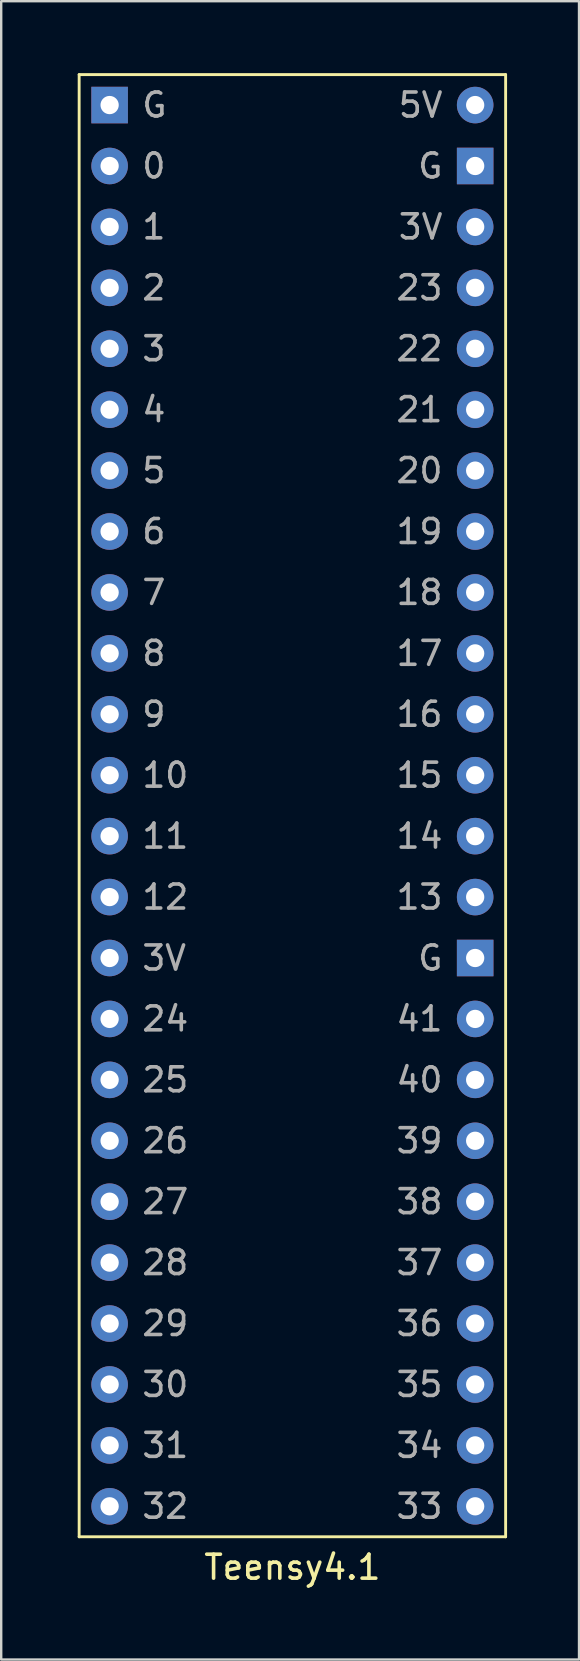
<source format=kicad_pcb>
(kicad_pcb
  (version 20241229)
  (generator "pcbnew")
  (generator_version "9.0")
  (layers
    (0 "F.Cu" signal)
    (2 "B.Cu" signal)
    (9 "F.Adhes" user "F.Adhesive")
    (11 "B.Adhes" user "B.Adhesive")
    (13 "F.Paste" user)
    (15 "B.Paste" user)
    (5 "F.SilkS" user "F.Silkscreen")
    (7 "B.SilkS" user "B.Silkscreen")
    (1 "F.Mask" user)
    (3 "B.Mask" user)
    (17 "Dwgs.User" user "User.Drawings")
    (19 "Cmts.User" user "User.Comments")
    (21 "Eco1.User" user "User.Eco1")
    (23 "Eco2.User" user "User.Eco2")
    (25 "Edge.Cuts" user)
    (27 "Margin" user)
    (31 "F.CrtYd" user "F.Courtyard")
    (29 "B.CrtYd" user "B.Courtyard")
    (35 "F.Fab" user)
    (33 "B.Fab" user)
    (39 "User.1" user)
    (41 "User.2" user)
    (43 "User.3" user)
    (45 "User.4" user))
  (footprint "Teensy4.1"
    (layer "F.Cu")
    (at 0.25 61.02)
    (property "Reference" "Teensy4.1" (at 8.89 1.27 0) (layer "F.SilkS") (effects (font (size 1 1) (thickness 0.15))))
    (attr through_hole)
    (fp_line (start 0 -60.96) (end 17.78 -60.96) (stroke (width 0.12) (type solid)) (layer "F.SilkS"))
    (fp_line (start 0 0) (end 0 -60.96) (stroke (width 0.12) (type solid)) (layer "F.SilkS"))
    (fp_line (start 17.78 -60.96) (end 17.78 0) (stroke (width 0.12) (type solid)) (layer "F.SilkS"))
    (fp_line (start 17.78 0) (end 0 0) (stroke (width 0.12) (type solid)) (layer "F.SilkS"))
    (fp_text user "20" (at 15.24 -44.45 0) (layer "F.Fab") (effects (font (size 1 1) (thickness 0.15)) (justify right)))
    (fp_text user "22" (at 15.24 -49.53 0) (layer "F.Fab") (effects (font (size 1 1) (thickness 0.15)) (justify right)))
    (fp_text user "10" (at 2.54 -31.75 0) (layer "F.Fab") (effects (font (size 1 1) (thickness 0.15)) (justify left)))
    (fp_text user "0" (at 2.54 -57.15 0) (layer "F.Fab") (effects (font (size 1 1) (thickness 0.15)) (justify left)))
    (fp_text user "3V" (at 2.54 -24.13 0) (layer "F.Fab") (effects (font (size 1 1) (thickness 0.15)) (justify left)))
    (fp_text user "16" (at 15.24 -34.29 0) (layer "F.Fab") (effects (font (size 1 1) (thickness 0.15)) (justify right)))
    (fp_text user "14" (at 15.24 -29.21 0) (layer "F.Fab") (effects (font (size 1 1) (thickness 0.15)) (justify right)))
    (fp_text user "40" (at 15.24 -19.05 0) (layer "F.Fab") (effects (font (size 1 1) (thickness 0.15)) (justify right)))
    (fp_text user "35" (at 15.24 -6.35 0) (layer "F.Fab") (effects (font (size 1 1) (thickness 0.15)) (justify right)))
    (fp_text user "15" (at 15.24 -31.75 0) (layer "F.Fab") (effects (font (size 1 1) (thickness 0.15)) (justify right)))
    (fp_text user "3" (at 2.54 -49.53 0) (layer "F.Fab") (effects (font (size 1 1) (thickness 0.15)) (justify left)))
    (fp_text user "11" (at 2.54 -29.21 0) (layer "F.Fab") (effects (font (size 1 1) (thickness 0.15)) (justify left)))
    (fp_text user "41" (at 15.24 -21.59 0) (layer "F.Fab") (effects (font (size 1 1) (thickness 0.15)) (justify right)))
    (fp_text user "2" (at 2.54 -52.07 0) (layer "F.Fab") (effects (font (size 1 1) (thickness 0.15)) (justify left)))
    (fp_text user "29" (at 2.54 -8.89 0) (layer "F.Fab") (effects (font (size 1 1) (thickness 0.15)) (justify left)))
    (fp_text user "G" (at 15.24 -57.15 0) (layer "F.Fab") (effects (font (size 1 1) (thickness 0.15)) (justify right)))
    (fp_text user "G" (at 15.24 -24.13 0) (layer "F.Fab") (effects (font (size 1 1) (thickness 0.15)) (justify right)))
    (fp_text user "23" (at 15.24 -52.07 0) (layer "F.Fab") (effects (font (size 1 1) (thickness 0.15)) (justify right)))
    (fp_text user "27" (at 2.54 -13.97 0) (layer "F.Fab") (effects (font (size 1 1) (thickness 0.15)) (justify left)))
    (fp_text user "5" (at 2.54 -44.45 0) (layer "F.Fab") (effects (font (size 1 1) (thickness 0.15)) (justify left)))
    (fp_text user "38" (at 15.24 -13.97 0) (layer "F.Fab") (effects (font (size 1 1) (thickness 0.15)) (justify right)))
    (fp_text user "8" (at 2.54 -36.83 0) (layer "F.Fab") (effects (font (size 1 1) (thickness 0.15)) (justify left)))
    (fp_text user "6" (at 2.54 -41.91 0) (layer "F.Fab") (effects (font (size 1 1) (thickness 0.15)) (justify left)))
    (fp_text user "7" (at 2.54 -39.37 0) (layer "F.Fab") (effects (font (size 1 1) (thickness 0.15)) (justify left)))
    (fp_text user "26" (at 2.54 -16.51 0) (layer "F.Fab") (effects (font (size 1 1) (thickness 0.15)) (justify left)))
    (fp_text user "13" (at 15.24 -26.67 0) (layer "F.Fab") (effects (font (size 1 1) (thickness 0.15)) (justify right)))
    (fp_text user "4" (at 2.54 -46.99 0) (layer "F.Fab") (effects (font (size 1 1) (thickness 0.15)) (justify left)))
    (fp_text user "33" (at 15.24 -1.27 0) (layer "F.Fab") (effects (font (size 1 1) (thickness 0.15)) (justify right)))
    (fp_text user "19" (at 15.24 -41.91 0) (layer "F.Fab") (effects (font (size 1 1) (thickness 0.15)) (justify right)))
    (fp_text user "5V" (at 15.24 -59.69 0) (layer "F.Fab") (effects (font (size 1 1) (thickness 0.15)) (justify right)))
    (fp_text user "18" (at 15.24 -39.37 0) (layer "F.Fab") (effects (font (size 1 1) (thickness 0.15)) (justify right)))
    (fp_text user "G" (at 2.54 -59.69 0) (layer "F.Fab") (effects (font (size 1 1) (thickness 0.15)) (justify left)))
    (fp_text user "34" (at 15.24 -3.81 0) (layer "F.Fab") (effects (font (size 1 1) (thickness 0.15)) (justify right)))
    (fp_text user "17" (at 15.24 -36.83 0) (layer "F.Fab") (effects (font (size 1 1) (thickness 0.15)) (justify right)))
    (fp_text user "30" (at 2.54 -6.35 0) (layer "F.Fab") (effects (font (size 1 1) (thickness 0.15)) (justify left)))
    (fp_text user "37" (at 15.24 -11.43 0) (layer "F.Fab") (effects (font (size 1 1) (thickness 0.15)) (justify right)))
    (fp_text user "36" (at 15.24 -8.89 0) (layer "F.Fab") (effects (font (size 1 1) (thickness 0.15)) (justify right)))
    (fp_text user "1" (at 2.54 -54.61 0) (layer "F.Fab") (effects (font (size 1 1) (thickness 0.15)) (justify left)))
    (fp_text user "21" (at 15.24 -46.99 0) (layer "F.Fab") (effects (font (size 1 1) (thickness 0.15)) (justify right)))
    (fp_text user "32" (at 2.54 -1.27 0) (layer "F.Fab") (effects (font (size 1 1) (thickness 0.15)) (justify left)))
    (fp_text user "9" (at 2.54 -34.29 0) (layer "F.Fab") (effects (font (size 1 1) (thickness 0.15)) (justify left)))
    (fp_text user "28" (at 2.54 -11.43 0) (layer "F.Fab") (effects (font (size 1 1) (thickness 0.15)) (justify left)))
    (fp_text user "3V" (at 15.24 -54.61 0) (layer "F.Fab") (effects (font (size 1 1) (thickness 0.15)) (justify right)))
    (fp_text user "24" (at 2.54 -21.59 0) (layer "F.Fab") (effects (font (size 1 1) (thickness 0.15)) (justify left)))
    (fp_text user "25" (at 2.54 -19.05 0) (layer "F.Fab") (effects (font (size 1 1) (thickness 0.15)) (justify left)))
    (fp_text user "39" (at 15.24 -16.51 0) (layer "F.Fab") (effects (font (size 1 1) (thickness 0.15)) (justify right)))
    (fp_text user "31" (at 2.54 -3.81 0) (layer "F.Fab") (effects (font (size 1 1) (thickness 0.15)) (justify left)))
    (fp_text user "12" (at 2.54 -26.67 0) (layer "F.Fab") (effects (font (size 1 1) (thickness 0.15)) (justify left)))
    (pad "1" thru_hole rect (at 1.27 -59.69) (size 1.524 1.524) (drill 0.762) (layers "*.Cu" "*.Mask"))
    (pad "2" thru_hole circle (at 1.27 -57.15) (size 1.524 1.524) (drill 0.762) (layers "*.Cu" "*.Mask"))
    (pad "3" thru_hole circle (at 1.27 -54.61) (size 1.524 1.524) (drill 0.762) (layers "*.Cu" "*.Mask"))
    (pad "4" thru_hole circle (at 1.27 -52.07) (size 1.524 1.524) (drill 0.762) (layers "*.Cu" "*.Mask"))
    (pad "5" thru_hole circle (at 1.27 -49.53) (size 1.524 1.524) (drill 0.762) (layers "*.Cu" "*.Mask"))
    (pad "6" thru_hole circle (at 1.27 -46.99) (size 1.524 1.524) (drill 0.762) (layers "*.Cu" "*.Mask"))
    (pad "7" thru_hole circle (at 1.27 -44.45) (size 1.524 1.524) (drill 0.762) (layers "*.Cu" "*.Mask"))
    (pad "8" thru_hole circle (at 1.27 -41.91) (size 1.524 1.524) (drill 0.762) (layers "*.Cu" "*.Mask"))
    (pad "9" thru_hole circle (at 1.27 -39.37) (size 1.524 1.524) (drill 0.762) (layers "*.Cu" "*.Mask"))
    (pad "10" thru_hole circle (at 1.27 -36.83) (size 1.524 1.524) (drill 0.762) (layers "*.Cu" "*.Mask"))
    (pad "11" thru_hole circle (at 1.27 -34.29) (size 1.524 1.524) (drill 0.762) (layers "*.Cu" "*.Mask"))
    (pad "12" thru_hole circle (at 1.27 -31.75) (size 1.524 1.524) (drill 0.762) (layers "*.Cu" "*.Mask"))
    (pad "13" thru_hole circle (at 1.27 -29.21) (size 1.524 1.524) (drill 0.762) (layers "*.Cu" "*.Mask"))
    (pad "14" thru_hole circle (at 1.27 -26.67) (size 1.524 1.524) (drill 0.762) (layers "*.Cu" "*.Mask"))
    (pad "15" thru_hole circle (at 1.27 -24.13) (size 1.524 1.524) (drill 0.762) (layers "*.Cu" "*.Mask"))
    (pad "16" thru_hole rect (at 16.51 -24.13) (size 1.524 1.524) (drill 0.762) (layers "*.Cu" "*.Mask"))
    (pad "17" thru_hole circle (at 16.51 -26.67) (size 1.524 1.524) (drill 0.762) (layers "*.Cu" "*.Mask"))
    (pad "18" thru_hole circle (at 16.51 -29.21) (size 1.524 1.524) (drill 0.762) (layers "*.Cu" "*.Mask"))
    (pad "19" thru_hole circle (at 16.51 -31.75) (size 1.524 1.524) (drill 0.762) (layers "*.Cu" "*.Mask"))
    (pad "20" thru_hole circle (at 16.51 -34.29) (size 1.524 1.524) (drill 0.762) (layers "*.Cu" "*.Mask"))
    (pad "21" thru_hole circle (at 16.51 -36.83) (size 1.524 1.524) (drill 0.762) (layers "*.Cu" "*.Mask"))
    (pad "22" thru_hole circle (at 16.51 -39.37) (size 1.524 1.524) (drill 0.762) (layers "*.Cu" "*.Mask"))
    (pad "23" thru_hole circle (at 16.51 -41.91) (size 1.524 1.524) (drill 0.762) (layers "*.Cu" "*.Mask"))
    (pad "24" thru_hole circle (at 16.51 -44.45) (size 1.524 1.524) (drill 0.762) (layers "*.Cu" "*.Mask"))
    (pad "25" thru_hole circle (at 16.51 -46.99) (size 1.524 1.524) (drill 0.762) (layers "*.Cu" "*.Mask"))
    (pad "26" thru_hole circle (at 16.51 -49.53) (size 1.524 1.524) (drill 0.762) (layers "*.Cu" "*.Mask"))
    (pad "27" thru_hole circle (at 16.51 -52.07) (size 1.524 1.524) (drill 0.762) (layers "*.Cu" "*.Mask"))
    (pad "28" thru_hole circle (at 16.51 -54.61) (size 1.524 1.524) (drill 0.762) (layers "*.Cu" "*.Mask"))
    (pad "29" thru_hole rect (at 16.51 -57.15) (size 1.524 1.524) (drill 0.762) (layers "*.Cu" "*.Mask"))
    (pad "30" thru_hole circle (at 16.51 -59.69) (size 1.524 1.524) (drill 0.762) (layers "*.Cu" "*.Mask"))
    (pad "31" thru_hole circle (at 1.27 -21.59) (size 1.524 1.524) (drill 0.762) (layers "*.Cu" "*.Mask"))
    (pad "32" thru_hole circle (at 1.27 -19.05) (size 1.524 1.524) (drill 0.762) (layers "*.Cu" "*.Mask"))
    (pad "33" thru_hole circle (at 1.27 -16.51) (size 1.524 1.524) (drill 0.762) (layers "*.Cu" "*.Mask"))
    (pad "34" thru_hole circle (at 1.27 -13.97) (size 1.524 1.524) (drill 0.762) (layers "*.Cu" "*.Mask"))
    (pad "35" thru_hole circle (at 1.27 -11.43) (size 1.524 1.524) (drill 0.762) (layers "*.Cu" "*.Mask"))
    (pad "36" thru_hole circle (at 1.27 -8.89) (size 1.524 1.524) (drill 0.762) (layers "*.Cu" "*.Mask"))
    (pad "37" thru_hole circle (at 1.27 -6.35) (size 1.524 1.524) (drill 0.762) (layers "*.Cu" "*.Mask"))
    (pad "38" thru_hole circle (at 1.27 -3.81) (size 1.524 1.524) (drill 0.762) (layers "*.Cu" "*.Mask"))
    (pad "39" thru_hole circle (at 1.27 -1.27) (size 1.524 1.524) (drill 0.762) (layers "*.Cu" "*.Mask"))
    (pad "40" thru_hole circle (at 16.51 -1.27) (size 1.524 1.524) (drill 0.762) (layers "*.Cu" "*.Mask"))
    (pad "41" thru_hole circle (at 16.51 -3.81) (size 1.524 1.524) (drill 0.762) (layers "*.Cu" "*.Mask"))
    (pad "42" thru_hole circle (at 16.51 -6.35) (size 1.524 1.524) (drill 0.762) (layers "*.Cu" "*.Mask"))
    (pad "43" thru_hole circle (at 16.51 -8.89) (size 1.524 1.524) (drill 0.762) (layers "*.Cu" "*.Mask"))
    (pad "44" thru_hole circle (at 16.51 -11.43) (size 1.524 1.524) (drill 0.762) (layers "*.Cu" "*.Mask"))
    (pad "45" thru_hole circle (at 16.51 -13.97) (size 1.524 1.524) (drill 0.762) (layers "*.Cu" "*.Mask"))
    (pad "46" thru_hole circle (at 16.51 -16.51) (size 1.524 1.524) (drill 0.762) (layers "*.Cu" "*.Mask"))
    (pad "47" thru_hole circle (at 16.51 -19.05) (size 1.524 1.524) (drill 0.762) (layers "*.Cu" "*.Mask"))
    (pad "48" thru_hole circle (at 16.51 -21.59) (size 1.524 1.524) (drill 0.762) (layers "*.Cu" "*.Mask")))
  (gr_rect
    (start -3 -3)
    (end 21.09 66.138)
    (stroke (width 0.1) (type default))
    (fill no)
    (layer "Edge.Cuts")))
</source>
